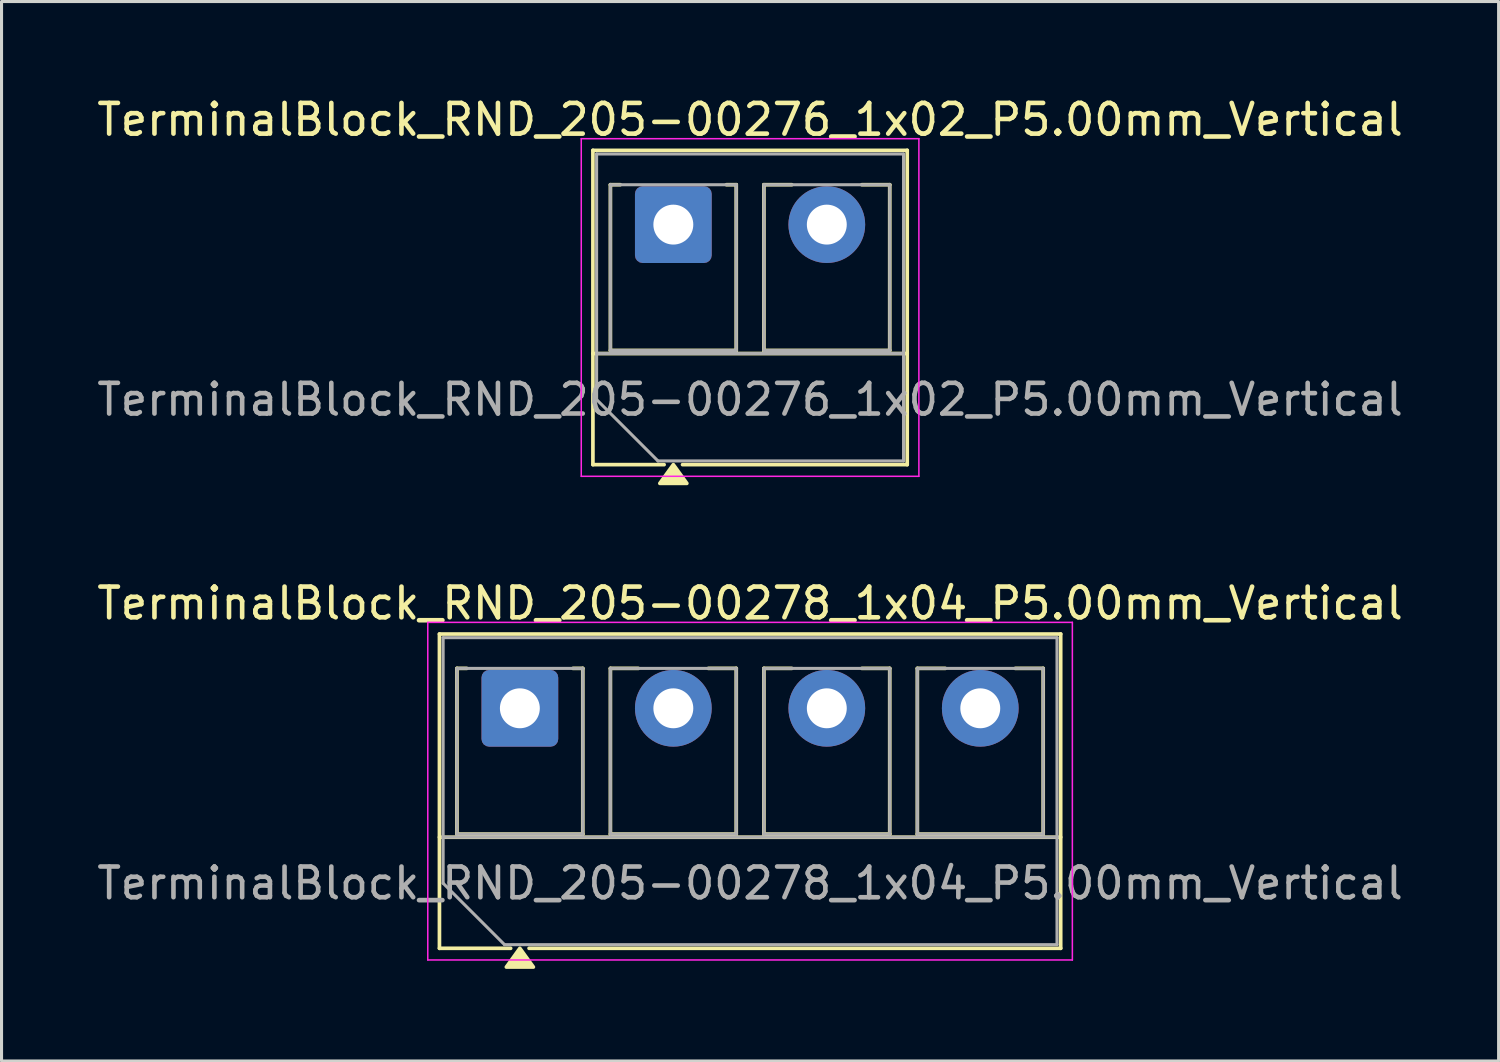
<source format=kicad_pcb>
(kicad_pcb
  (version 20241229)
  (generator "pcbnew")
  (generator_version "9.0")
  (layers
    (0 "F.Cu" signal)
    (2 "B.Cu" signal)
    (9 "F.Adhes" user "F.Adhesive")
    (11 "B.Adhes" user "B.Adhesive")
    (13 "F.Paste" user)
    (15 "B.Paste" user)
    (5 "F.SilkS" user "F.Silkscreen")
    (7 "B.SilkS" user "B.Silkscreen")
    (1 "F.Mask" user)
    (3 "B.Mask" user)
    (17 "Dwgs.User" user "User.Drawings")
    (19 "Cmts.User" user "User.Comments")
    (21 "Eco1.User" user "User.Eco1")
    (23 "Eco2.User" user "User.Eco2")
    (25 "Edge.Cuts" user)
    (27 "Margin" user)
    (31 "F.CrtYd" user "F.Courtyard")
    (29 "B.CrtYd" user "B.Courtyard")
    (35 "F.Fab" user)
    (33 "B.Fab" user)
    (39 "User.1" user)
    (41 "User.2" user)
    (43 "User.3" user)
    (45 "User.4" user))
  (footprint "TerminalBlock_RND_205-00276_1x02_P5.00mm_Vertical"
    (layer "F.Cu")
    (at 18.887 4.268)
    (property "Reference" "TerminalBlock_RND_205-00276_1x02_P5.00mm_Vertical" (at 2.5 -3.42 0) (layer "F.SilkS") (effects (font (size 1 1) (thickness 0.15))))
    (attr through_hole)
    (fp_line (start -2.62 -2.42) (end -2.62 7.82) (stroke (width 0.12) (type solid)) (layer "F.SilkS"))
    (fp_line (start -2.62 -2.42) (end 7.62 -2.42) (stroke (width 0.12) (type solid)) (layer "F.SilkS"))
    (fp_line (start -2.62 4.2) (end 7.62 4.2) (stroke (width 0.12) (type solid)) (layer "F.SilkS"))
    (fp_line (start -2.62 7.82) (end -0.3 7.82) (stroke (width 0.12) (type solid)) (layer "F.SilkS"))
    (fp_line (start -2.05 -1.3) (end -2.05 4.1) (stroke (width 0.12) (type solid)) (layer "F.SilkS"))
    (fp_line (start -2.05 -1.3) (end -1.73 -1.3) (stroke (width 0.12) (type solid)) (layer "F.SilkS"))
    (fp_line (start -2.05 4.1) (end 2.05 4.1) (stroke (width 0.12) (type solid)) (layer "F.SilkS"))
    (fp_line (start 0.3 7.82) (end 7.62 7.82) (stroke (width 0.12) (type solid)) (layer "F.SilkS"))
    (fp_line (start 1.73 -1.3) (end 2.05 -1.3) (stroke (width 0.12) (type solid)) (layer "F.SilkS"))
    (fp_line (start 2.05 -1.3) (end 2.05 4.1) (stroke (width 0.12) (type solid)) (layer "F.SilkS"))
    (fp_line (start 2.95 -1.3) (end 2.95 4.1) (stroke (width 0.12) (type solid)) (layer "F.SilkS"))
    (fp_line (start 2.95 -1.3) (end 3.859 -1.3) (stroke (width 0.12) (type solid)) (layer "F.SilkS"))
    (fp_line (start 2.95 4.1) (end 7.05 4.1) (stroke (width 0.12) (type solid)) (layer "F.SilkS"))
    (fp_line (start 6.141 -1.3) (end 7.05 -1.3) (stroke (width 0.12) (type solid)) (layer "F.SilkS"))
    (fp_line (start 7.05 -1.3) (end 7.05 4.1) (stroke (width 0.12) (type solid)) (layer "F.SilkS"))
    (fp_line (start 7.62 -2.42) (end 7.62 7.82) (stroke (width 0.12) (type solid)) (layer "F.SilkS"))
    (fp_poly (pts (xy 0 7.82) (xy 0.44 8.43) (xy -0.44 8.43)) (stroke (width 0.12) (type solid)) (fill yes) (layer "F.SilkS"))
    (fp_line (start -3 -2.8) (end -3 8.2) (stroke (width 0.05) (type solid)) (layer "F.CrtYd"))
    (fp_line (start -3 8.2) (end 8 8.2) (stroke (width 0.05) (type solid)) (layer "F.CrtYd"))
    (fp_line (start 8 -2.8) (end -3 -2.8) (stroke (width 0.05) (type solid)) (layer "F.CrtYd"))
    (fp_line (start 8 8.2) (end 8 -2.8) (stroke (width 0.05) (type solid)) (layer "F.CrtYd"))
    (fp_line (start -2.5 -2.3) (end 7.5 -2.3) (stroke (width 0.1) (type solid)) (layer "F.Fab"))
    (fp_line (start -2.5 4.2) (end 7.5 4.2) (stroke (width 0.1) (type solid)) (layer "F.Fab"))
    (fp_line (start -2.5 5.7) (end -2.5 -2.3) (stroke (width 0.1) (type solid)) (layer "F.Fab"))
    (fp_line (start -2.05 -1.3) (end -2.05 4.1) (stroke (width 0.1) (type solid)) (layer "F.Fab"))
    (fp_line (start -2.05 4.1) (end 2.05 4.1) (stroke (width 0.1) (type solid)) (layer "F.Fab"))
    (fp_line (start -0.5 7.7) (end -2.5 5.7) (stroke (width 0.1) (type solid)) (layer "F.Fab"))
    (fp_line (start 2.05 -1.3) (end -2.05 -1.3) (stroke (width 0.1) (type solid)) (layer "F.Fab"))
    (fp_line (start 2.05 4.1) (end 2.05 -1.3) (stroke (width 0.1) (type solid)) (layer "F.Fab"))
    (fp_line (start 2.95 -1.3) (end 2.95 4.1) (stroke (width 0.1) (type solid)) (layer "F.Fab"))
    (fp_line (start 2.95 4.1) (end 7.05 4.1) (stroke (width 0.1) (type solid)) (layer "F.Fab"))
    (fp_line (start 7.05 -1.3) (end 2.95 -1.3) (stroke (width 0.1) (type solid)) (layer "F.Fab"))
    (fp_line (start 7.05 4.1) (end 7.05 -1.3) (stroke (width 0.1) (type solid)) (layer "F.Fab"))
    (fp_line (start 7.5 -2.3) (end 7.5 7.7) (stroke (width 0.1) (type solid)) (layer "F.Fab"))
    (fp_line (start 7.5 7.7) (end -0.5 7.7) (stroke (width 0.1) (type solid)) (layer "F.Fab"))
    (fp_text user "${REFERENCE}" (at 2.5 5.7 0) (layer "F.Fab") (effects (font (size 1 1) (thickness 0.15))))
    (pad "1" thru_hole roundrect (at 0 0) (size 2.5 2.5) (drill 1.3) (layers "*.Cu" "*.Mask") (roundrect_rratio 0.1))
    (pad "2" thru_hole circle (at 5 0) (size 2.5 2.5) (drill 1.3) (layers "*.Cu" "*.Mask")))
  (footprint "TerminalBlock_RND_205-00278_1x04_P5.00mm_Vertical"
    (layer "F.Cu")
    (at 13.887 20.026)
    (property "Reference" "TerminalBlock_RND_205-00278_1x04_P5.00mm_Vertical" (at 7.5 -3.42 0) (layer "F.SilkS") (effects (font (size 1 1) (thickness 0.15))))
    (attr through_hole)
    (fp_line (start -2.62 -2.42) (end -2.62 7.82) (stroke (width 0.12) (type solid)) (layer "F.SilkS"))
    (fp_line (start -2.62 -2.42) (end 17.62 -2.42) (stroke (width 0.12) (type solid)) (layer "F.SilkS"))
    (fp_line (start -2.62 4.2) (end 17.62 4.2) (stroke (width 0.12) (type solid)) (layer "F.SilkS"))
    (fp_line (start -2.62 7.82) (end -0.3 7.82) (stroke (width 0.12) (type solid)) (layer "F.SilkS"))
    (fp_line (start -2.05 -1.3) (end -2.05 4.1) (stroke (width 0.12) (type solid)) (layer "F.SilkS"))
    (fp_line (start -2.05 -1.3) (end -1.73 -1.3) (stroke (width 0.12) (type solid)) (layer "F.SilkS"))
    (fp_line (start -2.05 4.1) (end 2.05 4.1) (stroke (width 0.12) (type solid)) (layer "F.SilkS"))
    (fp_line (start 0.3 7.82) (end 17.62 7.82) (stroke (width 0.12) (type solid)) (layer "F.SilkS"))
    (fp_line (start 1.73 -1.3) (end 2.05 -1.3) (stroke (width 0.12) (type solid)) (layer "F.SilkS"))
    (fp_line (start 2.05 -1.3) (end 2.05 4.1) (stroke (width 0.12) (type solid)) (layer "F.SilkS"))
    (fp_line (start 2.95 -1.3) (end 2.95 4.1) (stroke (width 0.12) (type solid)) (layer "F.SilkS"))
    (fp_line (start 2.95 -1.3) (end 3.859 -1.3) (stroke (width 0.12) (type solid)) (layer "F.SilkS"))
    (fp_line (start 2.95 4.1) (end 7.05 4.1) (stroke (width 0.12) (type solid)) (layer "F.SilkS"))
    (fp_line (start 6.141 -1.3) (end 7.05 -1.3) (stroke (width 0.12) (type solid)) (layer "F.SilkS"))
    (fp_line (start 7.05 -1.3) (end 7.05 4.1) (stroke (width 0.12) (type solid)) (layer "F.SilkS"))
    (fp_line (start 7.95 -1.3) (end 7.95 4.1) (stroke (width 0.12) (type solid)) (layer "F.SilkS"))
    (fp_line (start 7.95 -1.3) (end 8.859 -1.3) (stroke (width 0.12) (type solid)) (layer "F.SilkS"))
    (fp_line (start 7.95 4.1) (end 12.05 4.1) (stroke (width 0.12) (type solid)) (layer "F.SilkS"))
    (fp_line (start 11.141 -1.3) (end 12.05 -1.3) (stroke (width 0.12) (type solid)) (layer "F.SilkS"))
    (fp_line (start 12.05 -1.3) (end 12.05 4.1) (stroke (width 0.12) (type solid)) (layer "F.SilkS"))
    (fp_line (start 12.95 -1.3) (end 12.95 4.1) (stroke (width 0.12) (type solid)) (layer "F.SilkS"))
    (fp_line (start 12.95 -1.3) (end 13.859 -1.3) (stroke (width 0.12) (type solid)) (layer "F.SilkS"))
    (fp_line (start 12.95 4.1) (end 17.05 4.1) (stroke (width 0.12) (type solid)) (layer "F.SilkS"))
    (fp_line (start 16.141 -1.3) (end 17.05 -1.3) (stroke (width 0.12) (type solid)) (layer "F.SilkS"))
    (fp_line (start 17.05 -1.3) (end 17.05 4.1) (stroke (width 0.12) (type solid)) (layer "F.SilkS"))
    (fp_line (start 17.62 -2.42) (end 17.62 7.82) (stroke (width 0.12) (type solid)) (layer "F.SilkS"))
    (fp_poly (pts (xy 0 7.82) (xy 0.44 8.43) (xy -0.44 8.43)) (stroke (width 0.12) (type solid)) (fill yes) (layer "F.SilkS"))
    (fp_line (start -3 -2.8) (end -3 8.2) (stroke (width 0.05) (type solid)) (layer "F.CrtYd"))
    (fp_line (start -3 8.2) (end 18 8.2) (stroke (width 0.05) (type solid)) (layer "F.CrtYd"))
    (fp_line (start 18 -2.8) (end -3 -2.8) (stroke (width 0.05) (type solid)) (layer "F.CrtYd"))
    (fp_line (start 18 8.2) (end 18 -2.8) (stroke (width 0.05) (type solid)) (layer "F.CrtYd"))
    (fp_line (start -2.5 -2.3) (end 17.5 -2.3) (stroke (width 0.1) (type solid)) (layer "F.Fab"))
    (fp_line (start -2.5 4.2) (end 17.5 4.2) (stroke (width 0.1) (type solid)) (layer "F.Fab"))
    (fp_line (start -2.5 5.7) (end -2.5 -2.3) (stroke (width 0.1) (type solid)) (layer "F.Fab"))
    (fp_line (start -2.05 -1.3) (end -2.05 4.1) (stroke (width 0.1) (type solid)) (layer "F.Fab"))
    (fp_line (start -2.05 4.1) (end 2.05 4.1) (stroke (width 0.1) (type solid)) (layer "F.Fab"))
    (fp_line (start -0.5 7.7) (end -2.5 5.7) (stroke (width 0.1) (type solid)) (layer "F.Fab"))
    (fp_line (start 2.05 -1.3) (end -2.05 -1.3) (stroke (width 0.1) (type solid)) (layer "F.Fab"))
    (fp_line (start 2.05 4.1) (end 2.05 -1.3) (stroke (width 0.1) (type solid)) (layer "F.Fab"))
    (fp_line (start 2.95 -1.3) (end 2.95 4.1) (stroke (width 0.1) (type solid)) (layer "F.Fab"))
    (fp_line (start 2.95 4.1) (end 7.05 4.1) (stroke (width 0.1) (type solid)) (layer "F.Fab"))
    (fp_line (start 7.05 -1.3) (end 2.95 -1.3) (stroke (width 0.1) (type solid)) (layer "F.Fab"))
    (fp_line (start 7.05 4.1) (end 7.05 -1.3) (stroke (width 0.1) (type solid)) (layer "F.Fab"))
    (fp_line (start 7.95 -1.3) (end 7.95 4.1) (stroke (width 0.1) (type solid)) (layer "F.Fab"))
    (fp_line (start 7.95 4.1) (end 12.05 4.1) (stroke (width 0.1) (type solid)) (layer "F.Fab"))
    (fp_line (start 12.05 -1.3) (end 7.95 -1.3) (stroke (width 0.1) (type solid)) (layer "F.Fab"))
    (fp_line (start 12.05 4.1) (end 12.05 -1.3) (stroke (width 0.1) (type solid)) (layer "F.Fab"))
    (fp_line (start 12.95 -1.3) (end 12.95 4.1) (stroke (width 0.1) (type solid)) (layer "F.Fab"))
    (fp_line (start 12.95 4.1) (end 17.05 4.1) (stroke (width 0.1) (type solid)) (layer "F.Fab"))
    (fp_line (start 17.05 -1.3) (end 12.95 -1.3) (stroke (width 0.1) (type solid)) (layer "F.Fab"))
    (fp_line (start 17.05 4.1) (end 17.05 -1.3) (stroke (width 0.1) (type solid)) (layer "F.Fab"))
    (fp_line (start 17.5 -2.3) (end 17.5 7.7) (stroke (width 0.1) (type solid)) (layer "F.Fab"))
    (fp_line (start 17.5 7.7) (end -0.5 7.7) (stroke (width 0.1) (type solid)) (layer "F.Fab"))
    (fp_text user "${REFERENCE}" (at 7.5 5.7 0) (layer "F.Fab") (effects (font (size 1 1) (thickness 0.15))))
    (pad "1" thru_hole roundrect (at 0 0) (size 2.5 2.5) (drill 1.3) (layers "*.Cu" "*.Mask") (roundrect_rratio 0.1))
    (pad "2" thru_hole circle (at 5 0) (size 2.5 2.5) (drill 1.3) (layers "*.Cu" "*.Mask"))
    (pad "3" thru_hole circle (at 10 0) (size 2.5 2.5) (drill 1.3) (layers "*.Cu" "*.Mask"))
    (pad "4" thru_hole circle (at 15 0) (size 2.5 2.5) (drill 1.3) (layers "*.Cu" "*.Mask")))
  (gr_rect
    (start -3 -3)
    (end 45.774 31.517)
    (stroke (width 0.1) (type default))
    (fill no)
    (layer "Edge.Cuts")))
</source>
